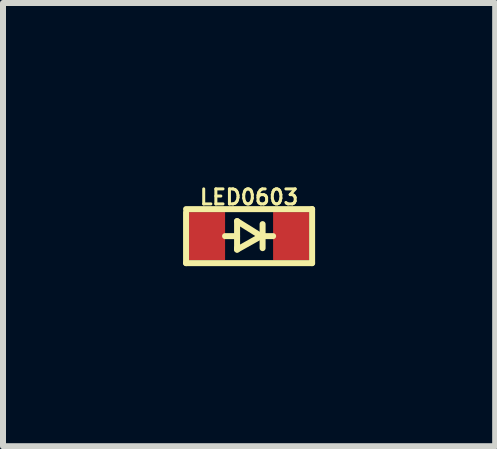
<source format=kicad_pcb>
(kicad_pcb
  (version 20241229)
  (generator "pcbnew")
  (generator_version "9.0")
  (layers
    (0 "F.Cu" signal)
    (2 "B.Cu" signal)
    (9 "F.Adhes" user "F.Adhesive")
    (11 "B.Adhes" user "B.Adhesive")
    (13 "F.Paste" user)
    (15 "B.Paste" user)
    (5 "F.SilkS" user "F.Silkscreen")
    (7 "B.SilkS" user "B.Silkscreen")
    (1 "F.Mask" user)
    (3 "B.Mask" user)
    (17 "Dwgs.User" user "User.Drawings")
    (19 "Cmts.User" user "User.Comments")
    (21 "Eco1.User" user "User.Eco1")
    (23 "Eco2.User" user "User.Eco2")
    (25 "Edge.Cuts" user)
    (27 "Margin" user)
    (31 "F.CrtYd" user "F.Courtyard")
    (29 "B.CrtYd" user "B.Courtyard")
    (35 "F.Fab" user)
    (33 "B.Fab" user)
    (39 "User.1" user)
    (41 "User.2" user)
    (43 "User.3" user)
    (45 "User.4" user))
  (footprint "LED0603"
    (layer "F.Cu")
    (at 1.1 0.884)
    (property "Reference" "LED0603" (at 0 -0.65 0) (layer "F.SilkS") (effects (font (size 0.25 0.25) (thickness 0.05))))
    (attr through_hole)
    (fp_line (start -1.05 -0.4) (end -1.05 0.45) (stroke (width 0.1) (type solid)) (layer "F.SilkS"))
    (fp_line (start -1.05 0.45) (end 1.05 0.45) (stroke (width 0.1) (type solid)) (layer "F.SilkS"))
    (fp_line (start -0.4 0) (end -0.2 0) (stroke (width 0.1) (type solid)) (layer "F.SilkS"))
    (fp_line (start -0.2 -0.25) (end -0.2 0.2) (stroke (width 0.1) (type solid)) (layer "F.SilkS"))
    (fp_line (start -0.2 0.2) (end -0.2 0.225) (stroke (width 0.1) (type solid)) (layer "F.SilkS"))
    (fp_line (start -0.2 0.225) (end 0.2 0) (stroke (width 0.1) (type solid)) (layer "F.SilkS"))
    (fp_line (start 0.2 0) (end -0.2 -0.25) (stroke (width 0.1) (type solid)) (layer "F.SilkS"))
    (fp_line (start 0.225 0) (end 0.225 -0.2) (stroke (width 0.1) (type solid)) (layer "F.SilkS"))
    (fp_line (start 0.225 0) (end 0.225 0.2) (stroke (width 0.1) (type solid)) (layer "F.SilkS"))
    (fp_line (start 0.25 0) (end 0.4 0) (stroke (width 0.1) (type solid)) (layer "F.SilkS"))
    (fp_line (start 1.05 -0.45) (end -1.05 -0.45) (stroke (width 0.1) (type solid)) (layer "F.SilkS"))
    (fp_line (start 1.05 0.45) (end 1.05 -0.45) (stroke (width 0.1) (type solid)) (layer "F.SilkS"))
    (pad "1" smd rect (at -0.7 0) (size 0.6 0.8) (layers "F.Cu" "F.Mask" "F.Paste"))
    (pad "2" smd rect (at 0.7 0) (size 0.6 0.8) (layers "F.Cu" "F.Mask" "F.Paste")))
  (gr_rect
    (start -3 -3)
    (end 5.2 4.384)
    (stroke (width 0.1) (type default))
    (fill no)
    (layer "Edge.Cuts")))
</source>
